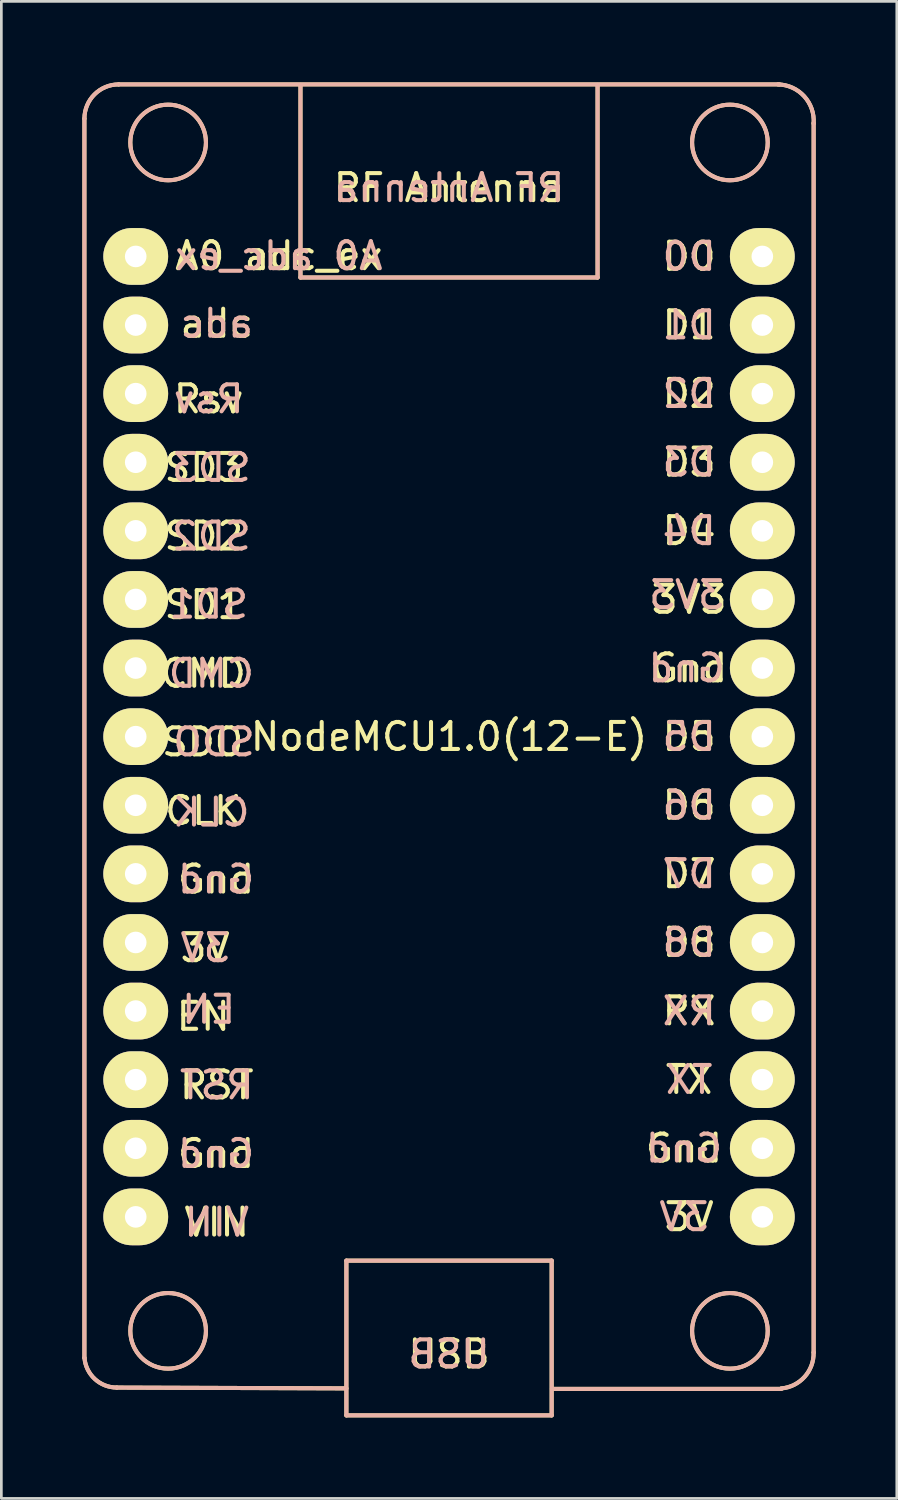
<source format=kicad_pcb>
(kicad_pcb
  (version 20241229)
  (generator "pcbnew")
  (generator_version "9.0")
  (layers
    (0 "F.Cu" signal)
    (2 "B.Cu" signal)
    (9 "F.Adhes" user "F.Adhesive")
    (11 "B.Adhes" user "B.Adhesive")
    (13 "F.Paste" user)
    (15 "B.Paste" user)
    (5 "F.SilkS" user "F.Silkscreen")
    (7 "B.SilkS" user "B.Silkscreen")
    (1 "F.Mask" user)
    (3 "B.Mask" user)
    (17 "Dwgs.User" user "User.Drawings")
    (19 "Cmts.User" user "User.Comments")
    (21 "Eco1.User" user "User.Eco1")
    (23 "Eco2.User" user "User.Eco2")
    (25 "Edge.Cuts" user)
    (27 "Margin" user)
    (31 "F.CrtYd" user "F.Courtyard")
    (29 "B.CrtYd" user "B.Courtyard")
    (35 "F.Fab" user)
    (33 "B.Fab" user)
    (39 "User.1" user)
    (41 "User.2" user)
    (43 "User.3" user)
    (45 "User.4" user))
  (footprint "NodeMCU1.0(12-E)"
    (layer "F.Cu")
    (at 13.575 24.225)
    (property "Reference" "NodeMCU1.0(12-E)" (at 0 0 0) (layer "F.SilkS") (effects (font (size 1 1) (thickness 0.15))))
    (attr through_hole)
    (fp_line (start -13.5 -22.88) (end -13.5 23) (stroke (width 0.15) (type solid)) (layer "F.SilkS"))
    (fp_line (start -5.5 -17) (end -5.5 -24.13) (stroke (width 0.15) (type solid)) (layer "F.SilkS"))
    (fp_line (start -3.8 19.4) (end 3.8 19.4) (stroke (width 0.15) (type solid)) (layer "F.SilkS"))
    (fp_line (start -3.8 24.13) (end -12.3 24.1) (stroke (width 0.15) (type solid)) (layer "F.SilkS"))
    (fp_line (start -3.8 25.13) (end -3.8 19.4) (stroke (width 0.15) (type solid)) (layer "F.SilkS"))
    (fp_line (start 3.8 19.4) (end 3.8 25.13) (stroke (width 0.15) (type solid)) (layer "F.SilkS"))
    (fp_line (start 3.8 25.13) (end -3.8 25.13) (stroke (width 0.15) (type solid)) (layer "F.SilkS"))
    (fp_line (start 5.5 -24.13) (end 5.5 -17) (stroke (width 0.15) (type solid)) (layer "F.SilkS"))
    (fp_line (start 5.5 -17) (end -5.5 -17) (stroke (width 0.15) (type solid)) (layer "F.SilkS"))
    (fp_line (start 12.23 -24.15) (end -12.23 -24.15) (stroke (width 0.15) (type solid)) (layer "F.SilkS"))
    (fp_line (start 12.3 24.15) (end 3.81 24.15) (stroke (width 0.15) (type solid)) (layer "F.SilkS"))
    (fp_line (start 13.5 -22.72) (end 13.5 22.8) (stroke (width 0.15) (type solid)) (layer "F.SilkS"))
    (fp_arc (start -13.5 -22.88) (mid -13.128026 -23.778026) (end -12.23 -24.15) (stroke (width 0.15) (type solid)) (layer "F.SilkS"))
    (fp_arc (start -12.3 24.1) (mid -13.113641 23.783782) (end -13.497529 22.999795) (stroke (width 0.15) (type solid)) (layer "F.SilkS"))
    (fp_arc (start 12.183354 -24.149727) (mid 13.152962 -23.707573) (end 13.5 -22.7) (stroke (width 0.15) (type solid)) (layer "F.SilkS"))
    (fp_arc (start 13.5 22.8) (mid 13.164073 23.703861) (end 12.300187 24.132243) (stroke (width 0.15) (type solid)) (layer "F.SilkS"))
    (fp_circle (center -10.4 -22) (end -9 -22) (stroke (width 0.15) (type solid)) (fill no) (layer "F.SilkS"))
    (fp_circle (center -10.4 22) (end -9 22) (stroke (width 0.15) (type solid)) (fill no) (layer "F.SilkS"))
    (fp_circle (center 10.4 -22) (end 11.8 -22) (stroke (width 0.15) (type solid)) (fill no) (layer "F.SilkS"))
    (fp_circle (center 10.4 22) (end 11.8 22) (stroke (width 0.15) (type solid)) (fill no) (layer "F.SilkS"))
    (fp_line (start -13.5 -22.88) (end -13.5 23) (stroke (width 0.15) (type solid)) (layer "B.SilkS"))
    (fp_line (start -5.5 -17) (end -5.5 -24.13) (stroke (width 0.15) (type solid)) (layer "B.SilkS"))
    (fp_line (start -3.8 19.4) (end 3.8 19.4) (stroke (width 0.15) (type solid)) (layer "B.SilkS"))
    (fp_line (start -3.8 24.13) (end -12.3 24.1) (stroke (width 0.15) (type solid)) (layer "B.SilkS"))
    (fp_line (start -3.8 25.13) (end -3.8 19.4) (stroke (width 0.15) (type solid)) (layer "B.SilkS"))
    (fp_line (start 3.8 19.4) (end 3.8 25.13) (stroke (width 0.15) (type solid)) (layer "B.SilkS"))
    (fp_line (start 3.8 25.13) (end -3.8 25.13) (stroke (width 0.15) (type solid)) (layer "B.SilkS"))
    (fp_line (start 5.5 -24.13) (end 5.5 -17) (stroke (width 0.15) (type solid)) (layer "B.SilkS"))
    (fp_line (start 5.5 -17) (end -5.5 -17) (stroke (width 0.15) (type solid)) (layer "B.SilkS"))
    (fp_line (start 12.23 -24.15) (end -12.23 -24.15) (stroke (width 0.15) (type solid)) (layer "B.SilkS"))
    (fp_line (start 12.3 24.15) (end 3.81 24.15) (stroke (width 0.15) (type solid)) (layer "B.SilkS"))
    (fp_line (start 13.5 -22.72) (end 13.5 22.8) (stroke (width 0.15) (type solid)) (layer "B.SilkS"))
    (fp_arc (start -13.5 -22.88) (mid -13.128026 -23.778026) (end -12.23 -24.15) (stroke (width 0.15) (type solid)) (layer "B.SilkS"))
    (fp_arc (start -12.3 24.1) (mid -13.113641 23.783782) (end -13.497529 22.999795) (stroke (width 0.15) (type solid)) (layer "B.SilkS"))
    (fp_arc (start 12.183354 -24.149727) (mid 13.152962 -23.707573) (end 13.5 -22.7) (stroke (width 0.15) (type solid)) (layer "B.SilkS"))
    (fp_arc (start 13.5 22.8) (mid 13.164073 23.703861) (end 12.300187 24.132243) (stroke (width 0.15) (type solid)) (layer "B.SilkS"))
    (fp_circle (center -10.4 -22) (end -9 -22) (stroke (width 0.15) (type solid)) (fill no) (layer "B.SilkS"))
    (fp_circle (center -10.4 22) (end -9 22) (stroke (width 0.15) (type solid)) (fill no) (layer "B.SilkS"))
    (fp_circle (center 10.4 -22) (end 11.8 -22) (stroke (width 0.15) (type solid)) (fill no) (layer "B.SilkS"))
    (fp_circle (center 10.4 22) (end 11.8 22) (stroke (width 0.15) (type solid)) (fill no) (layer "B.SilkS"))
    (fp_text user "Rsv" (at -8.9 -12.5 180) (layer "F.SilkS") (effects (font (size 1 1) (thickness 0.15))))
    (fp_text user "SD1" (at -9.078 -4.88 0) (layer "F.SilkS") (effects (font (size 1 1) (thickness 0.15))))
    (fp_text user "TX" (at 8.89 12.7 0) (layer "F.SilkS") (effects (font (size 1 1) (thickness 0.15))))
    (fp_text user "SD3" (at -9.078 -9.96 0) (layer "F.SilkS") (effects (font (size 1 1) (thickness 0.15))))
    (fp_text user "adc" (at -8.6 -15.3 180) (layer "F.SilkS") (effects (font (size 1 1) (thickness 0.15))))
    (fp_text user "Gnd" (at -8.625 5.28 0) (layer "F.SilkS") (effects (font (size 1 1) (thickness 0.15))))
    (fp_text user "D8" (at 8.89 7.62 0) (layer "F.SilkS") (effects (font (size 1 1) (thickness 0.15))))
    (fp_text user "SDO" (at -9.125 0.2 0) (layer "F.SilkS") (effects (font (size 1 1) (thickness 0.15))))
    (fp_text user "RST" (at -8.6 12.9 0) (layer "F.SilkS") (effects (font (size 1 1) (thickness 0.15))))
    (fp_text user "D4" (at 8.89 -7.62 0) (layer "F.SilkS") (effects (font (size 1 1) (thickness 0.15))))
    (fp_text user "EN" (at -9.101 10.36 0) (layer "F.SilkS") (effects (font (size 1 1) (thickness 0.15))))
    (fp_text user "D1" (at 8.89 -15.24 0) (layer "F.SilkS") (effects (font (size 1 1) (thickness 0.15))))
    (fp_text user "VIN" (at -8.6 17.98 0) (layer "F.SilkS") (effects (font (size 1 1) (thickness 0.15))))
    (fp_text user "D2" (at 8.89 -12.7 0) (layer "F.SilkS") (effects (font (size 1 1) (thickness 0.15))))
    (fp_text user "SD2" (at -9.078 -7.42 0) (layer "F.SilkS") (effects (font (size 1 1) (thickness 0.15))))
    (fp_text user "3V" (at -9.03 7.82 0) (layer "F.SilkS") (effects (font (size 1 1) (thickness 0.15))))
    (fp_text user "D0" (at 8.89 -17.78 0) (layer "F.SilkS") (effects (font (size 1 1) (thickness 0.15))))
    (fp_text user "Gnd" (at 8.89 -2.54 0) (layer "F.SilkS") (effects (font (size 1 1) (thickness 0.15))))
    (fp_text user "CMD" (at -9.101 -2.34 0) (layer "F.SilkS") (effects (font (size 1 1) (thickness 0.15))))
    (fp_text user "3V" (at 8.89 17.78 0) (layer "F.SilkS") (effects (font (size 1 1) (thickness 0.15))))
    (fp_text user "D5" (at 8.89 0 0) (layer "F.SilkS") (effects (font (size 1 1) (thickness 0.15))))
    (fp_text user "Gnd" (at 8.7 15.24 180) (layer "F.SilkS") (effects (font (size 1 1) (thickness 0.15))))
    (fp_text user "A0 adc_ex" (at -6.3 -17.8 180) (layer "F.SilkS") (effects (font (size 1 1) (thickness 0.15))))
    (fp_text user "Gnd" (at -8.625 15.44 0) (layer "F.SilkS") (effects (font (size 1 1) (thickness 0.15))))
    (fp_text user "D6" (at 8.89 2.54 0) (layer "F.SilkS") (effects (font (size 1 1) (thickness 0.15))))
    (fp_text user "USB" (at 0 22.86 0) (layer "F.SilkS") (effects (font (size 1 1) (thickness 0.15))))
    (fp_text user "D7" (at 8.89 5.08 0) (layer "F.SilkS") (effects (font (size 1 1) (thickness 0.15))))
    (fp_text user "CLK" (at -9.101 2.74 0) (layer "F.SilkS") (effects (font (size 1 1) (thickness 0.15))))
    (fp_text user "RF Antenna" (at 0 -20.32 0) (layer "F.SilkS") (effects (font (size 1 1) (thickness 0.15))))
    (fp_text user "RX" (at 8.89 10.16 0) (layer "F.SilkS") (effects (font (size 1 1) (thickness 0.15))))
    (fp_text user "D3" (at 8.89 -10.16 0) (layer "F.SilkS") (effects (font (size 1 1) (thickness 0.15))))
    (fp_text user "3V3" (at 8.89 -5.08 0) (layer "F.SilkS") (effects (font (size 1 1) (thickness 0.15))))
    (fp_text user "SDO" (at -8.7 0.2 180) (layer "B.SilkS") (effects (font (size 1 1) (thickness 0.15)) (justify mirror)))
    (fp_text user "A0 adc_ex" (at -6.3 -17.8 180) (layer "B.SilkS") (effects (font (size 1 1) (thickness 0.15)) (justify mirror)))
    (fp_text user "Gnd" (at -8.625 5.28 180) (layer "B.SilkS") (effects (font (size 1 1) (thickness 0.15)) (justify mirror)))
    (fp_text user "SD3" (at -8.8 -9.96 180) (layer "B.SilkS") (effects (font (size 1 1) (thickness 0.15)) (justify mirror)))
    (fp_text user "D1" (at 8.89 -15.24 180) (layer "B.SilkS") (effects (font (size 1 1) (thickness 0.15)) (justify mirror)))
    (fp_text user "RF Antenna" (at 0 -20.32 180) (layer "B.SilkS") (effects (font (size 1 1) (thickness 0.15)) (justify mirror)))
    (fp_text user "USB" (at 0 22.86 180) (layer "B.SilkS") (effects (font (size 1 1) (thickness 0.15)) (justify mirror)))
    (fp_text user "D3" (at 8.89 -10.16 180) (layer "B.SilkS") (effects (font (size 1 1) (thickness 0.15)) (justify mirror)))
    (fp_text user "SD2" (at -8.8 -7.42 180) (layer "B.SilkS") (effects (font (size 1 1) (thickness 0.15)) (justify mirror)))
    (fp_text user "3V" (at -9.03 7.82 180) (layer "B.SilkS") (effects (font (size 1 1) (thickness 0.15)) (justify mirror)))
    (fp_text user "EN" (at -8.9 10.1 180) (layer "B.SilkS") (effects (font (size 1 1) (thickness 0.15)) (justify mirror)))
    (fp_text user "RST" (at -8.6 12.9 180) (layer "B.SilkS") (effects (font (size 1 1) (thickness 0.15)) (justify mirror)))
    (fp_text user "Gnd" (at -8.625 15.44 180) (layer "B.SilkS") (effects (font (size 1 1) (thickness 0.15)) (justify mirror)))
    (fp_text user "D2" (at 8.89 -12.7 180) (layer "B.SilkS") (effects (font (size 1 1) (thickness 0.15)) (justify mirror)))
    (fp_text user "3V3" (at 8.8 -5.25 180) (layer "B.SilkS") (effects (font (size 1 1) (thickness 0.15)) (justify mirror)))
    (fp_text user "adc" (at -8.6 -15.3 180) (layer "B.SilkS") (effects (font (size 1 1) (thickness 0.15)) (justify mirror)))
    (fp_text user "3V" (at 8.7 17.78 180) (layer "B.SilkS") (effects (font (size 1 1) (thickness 0.15)) (justify mirror)))
    (fp_text user "D4" (at 8.89 -7.62 180) (layer "B.SilkS") (effects (font (size 1 1) (thickness 0.15)) (justify mirror)))
    (fp_text user "D6" (at 8.89 2.54 180) (layer "B.SilkS") (effects (font (size 1 1) (thickness 0.15)) (justify mirror)))
    (fp_text user "TX" (at 8.89 12.7 180) (layer "B.SilkS") (effects (font (size 1 1) (thickness 0.15)) (justify mirror)))
    (fp_text user "D0" (at 8.89 -17.78 180) (layer "B.SilkS") (effects (font (size 1 1) (thickness 0.15)) (justify mirror)))
    (fp_text user "Rsv" (at -8.9 -12.5 180) (layer "B.SilkS") (effects (font (size 1 1) (thickness 0.15)) (justify mirror)))
    (fp_text user "D7" (at 8.89 5.08 180) (layer "B.SilkS") (effects (font (size 1 1) (thickness 0.15)) (justify mirror)))
    (fp_text user "D8" (at 8.89 7.62 180) (layer "B.SilkS") (effects (font (size 1 1) (thickness 0.15)) (justify mirror)))
    (fp_text user "VIN" (at -8.6 17.98 180) (layer "B.SilkS") (effects (font (size 1 1) (thickness 0.15)) (justify mirror)))
    (fp_text user "D5" (at 8.89 0 180) (layer "B.SilkS") (effects (font (size 1 1) (thickness 0.15)) (justify mirror)))
    (fp_text user "Gnd" (at 8.8 -2.54 180) (layer "B.SilkS") (effects (font (size 1 1) (thickness 0.15)) (justify mirror)))
    (fp_text user "CMD" (at -8.8 -2.34 180) (layer "B.SilkS") (effects (font (size 1 1) (thickness 0.15)) (justify mirror)))
    (fp_text user "CLK" (at -8.8 2.8 180) (layer "B.SilkS") (effects (font (size 1 1) (thickness 0.15)) (justify mirror)))
    (fp_text user "Gnd" (at 8.7 15.24 180) (layer "B.SilkS") (effects (font (size 1 1) (thickness 0.15)) (justify mirror)))
    (fp_text user "SD1" (at -8.9 -4.9 180) (layer "B.SilkS") (effects (font (size 1 1) (thickness 0.15)) (justify mirror)))
    (fp_text user "RX" (at 8.89 10.16 180) (layer "B.SilkS") (effects (font (size 1 1) (thickness 0.15)) (justify mirror)))
    (pad "1" thru_hole oval (at -11.6 -17.78) (size 2.4 2.1) (drill 0.8) (layers "*.Cu" "*.Mask" "F.SilkS"))
    (pad "2" thru_hole oval (at -11.6 -15.24) (size 2.4 2.1) (drill 0.8) (layers "*.Cu" "*.Mask" "F.SilkS"))
    (pad "3" thru_hole oval (at -11.6 -12.7) (size 2.4 2.1) (drill 0.8) (layers "*.Cu" "*.Mask" "F.SilkS"))
    (pad "4" thru_hole oval (at -11.6 -10.16) (size 2.4 2.1) (drill 0.8) (layers "*.Cu" "*.Mask" "F.SilkS"))
    (pad "5" thru_hole oval (at -11.6 -7.62) (size 2.4 2.1) (drill 0.8) (layers "*.Cu" "*.Mask" "F.SilkS"))
    (pad "6" thru_hole oval (at -11.6 -5.08) (size 2.4 2.1) (drill 0.8) (layers "*.Cu" "*.Mask" "F.SilkS"))
    (pad "7" thru_hole oval (at -11.6 -2.54) (size 2.4 2.1) (drill 0.8) (layers "*.Cu" "*.Mask" "F.SilkS"))
    (pad "8" thru_hole oval (at -11.6 0) (size 2.4 2.1) (drill 0.8) (layers "*.Cu" "*.Mask" "F.SilkS"))
    (pad "9" thru_hole oval (at -11.6 2.54) (size 2.4 2.1) (drill 0.8) (layers "*.Cu" "*.Mask" "F.SilkS"))
    (pad "10" thru_hole oval (at -11.6 5.08) (size 2.4 2.1) (drill 0.8) (layers "*.Cu" "*.Mask" "F.SilkS"))
    (pad "11" thru_hole oval (at -11.6 7.62) (size 2.4 2.1) (drill 0.8) (layers "*.Cu" "*.Mask" "F.SilkS"))
    (pad "12" thru_hole oval (at -11.6 10.16) (size 2.4 2.1) (drill 0.8) (layers "*.Cu" "*.Mask" "F.SilkS"))
    (pad "13" thru_hole oval (at -11.6 12.7) (size 2.4 2.1) (drill 0.8) (layers "*.Cu" "*.Mask" "F.SilkS"))
    (pad "14" thru_hole oval (at -11.6 15.24) (size 2.4 2.1) (drill 0.8) (layers "*.Cu" "*.Mask" "F.SilkS"))
    (pad "15" thru_hole oval (at -11.6 17.78) (size 2.4 2.1) (drill 0.8) (layers "*.Cu" "*.Mask" "F.SilkS"))
    (pad "16" thru_hole oval (at 11.6 17.78) (size 2.4 2.1) (drill 0.8) (layers "*.Cu" "*.Mask" "F.SilkS"))
    (pad "17" thru_hole oval (at 11.6 15.24) (size 2.4 2.1) (drill 0.8) (layers "*.Cu" "*.Mask" "F.SilkS"))
    (pad "18" thru_hole oval (at 11.6 12.7) (size 2.4 2.1) (drill 0.8) (layers "*.Cu" "*.Mask" "F.SilkS"))
    (pad "19" thru_hole oval (at 11.6 10.16) (size 2.4 2.1) (drill 0.8) (layers "*.Cu" "*.Mask" "F.SilkS"))
    (pad "20" thru_hole oval (at 11.6 7.62) (size 2.4 2.1) (drill 0.8) (layers "*.Cu" "*.Mask" "F.SilkS"))
    (pad "21" thru_hole oval (at 11.6 5.08) (size 2.4 2.1) (drill 0.8) (layers "*.Cu" "*.Mask" "F.SilkS"))
    (pad "22" thru_hole oval (at 11.6 2.54) (size 2.4 2.1) (drill 0.8) (layers "*.Cu" "*.Mask" "F.SilkS"))
    (pad "23" thru_hole oval (at 11.6 0) (size 2.4 2.1) (drill 0.8) (layers "*.Cu" "*.Mask" "F.SilkS"))
    (pad "24" thru_hole oval (at 11.6 -2.54) (size 2.4 2.1) (drill 0.8) (layers "*.Cu" "*.Mask" "F.SilkS"))
    (pad "25" thru_hole oval (at 11.6 -5.08) (size 2.4 2.1) (drill 0.8) (layers "*.Cu" "*.Mask" "F.SilkS"))
    (pad "26" thru_hole oval (at 11.6 -7.62) (size 2.4 2.1) (drill 0.8) (layers "*.Cu" "*.Mask" "F.SilkS"))
    (pad "27" thru_hole oval (at 11.6 -10.16) (size 2.4 2.1) (drill 0.8) (layers "*.Cu" "*.Mask" "F.SilkS"))
    (pad "28" thru_hole oval (at 11.6 -12.7) (size 2.4 2.1) (drill 0.8) (layers "*.Cu" "*.Mask" "F.SilkS"))
    (pad "29" thru_hole oval (at 11.6 -15.24) (size 2.4 2.1) (drill 0.8) (layers "*.Cu" "*.Mask" "F.SilkS"))
    (pad "30" thru_hole oval (at 11.6 -17.78) (size 2.4 2.1) (drill 0.8) (layers "*.Cu" "*.Mask" "F.SilkS")))
  (gr_rect
    (start -3 -3)
    (end 30.154 52.43)
    (stroke (width 0.1) (type default))
    (fill no)
    (layer "Edge.Cuts")))
</source>
